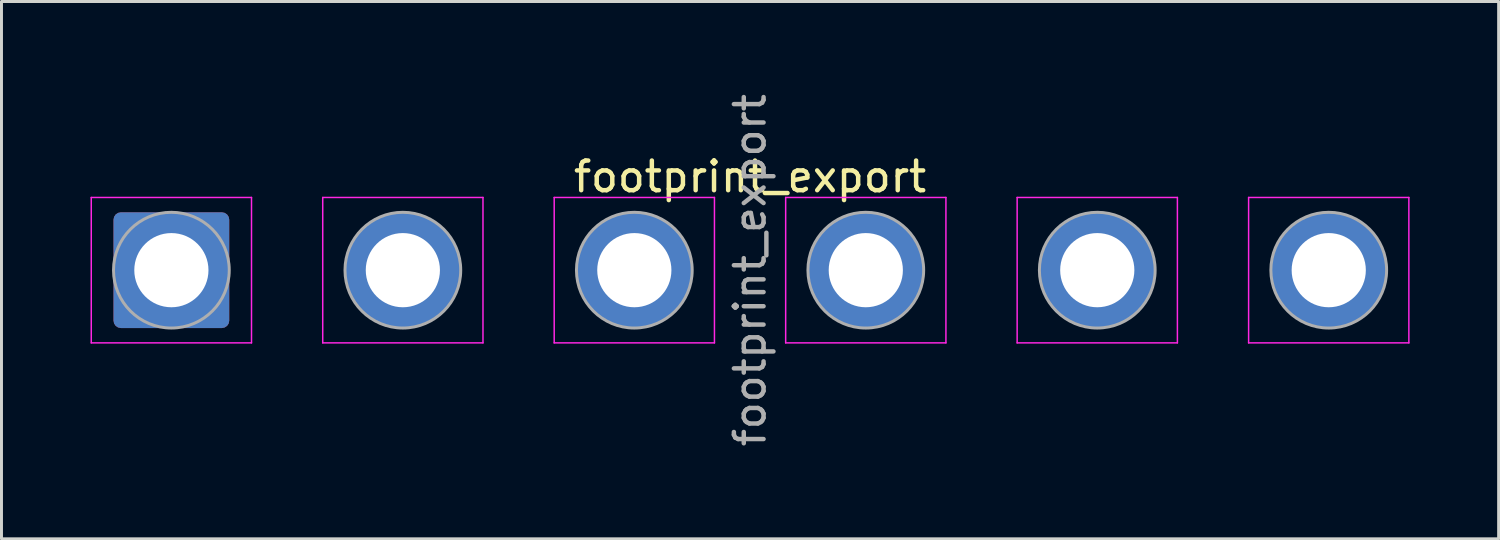
<source format=kicad_pcb>
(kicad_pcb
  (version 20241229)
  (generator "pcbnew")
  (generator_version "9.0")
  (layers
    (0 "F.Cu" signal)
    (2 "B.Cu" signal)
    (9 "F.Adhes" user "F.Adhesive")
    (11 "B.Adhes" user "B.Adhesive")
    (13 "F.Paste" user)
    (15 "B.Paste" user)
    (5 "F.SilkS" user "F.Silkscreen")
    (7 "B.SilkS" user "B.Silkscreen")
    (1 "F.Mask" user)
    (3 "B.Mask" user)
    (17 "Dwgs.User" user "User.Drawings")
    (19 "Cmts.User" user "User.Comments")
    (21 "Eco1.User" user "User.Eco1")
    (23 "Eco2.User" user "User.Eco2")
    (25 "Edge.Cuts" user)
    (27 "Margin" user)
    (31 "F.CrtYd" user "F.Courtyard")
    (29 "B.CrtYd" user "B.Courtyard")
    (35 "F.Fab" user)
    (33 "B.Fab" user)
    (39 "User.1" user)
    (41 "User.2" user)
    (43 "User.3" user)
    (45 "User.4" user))
  (footprint "footprint_export"
    (layer "F.Cu")
    (at 2.725 6.054)
    (property "Reference" "footprint_export" (at 19.5 -3.15 0) (layer "F.SilkS") (effects (font (size 1 1) (thickness 0.15))))
    (attr exclude_from_pos_files exclude_from_bom)
    (fp_line (start -2.7 -2.45) (end -2.7 2.45) (stroke (width 0.05) (type solid)) (layer "F.CrtYd"))
    (fp_line (start -2.7 2.45) (end 2.7 2.45) (stroke (width 0.05) (type solid)) (layer "F.CrtYd"))
    (fp_line (start 2.7 -2.45) (end -2.7 -2.45) (stroke (width 0.05) (type solid)) (layer "F.CrtYd"))
    (fp_line (start 2.7 2.45) (end 2.7 -2.45) (stroke (width 0.05) (type solid)) (layer "F.CrtYd"))
    (fp_line (start 5.1 -2.45) (end 5.1 2.45) (stroke (width 0.05) (type solid)) (layer "F.CrtYd"))
    (fp_line (start 5.1 2.45) (end 10.5 2.45) (stroke (width 0.05) (type solid)) (layer "F.CrtYd"))
    (fp_line (start 10.5 -2.45) (end 5.1 -2.45) (stroke (width 0.05) (type solid)) (layer "F.CrtYd"))
    (fp_line (start 10.5 2.45) (end 10.5 -2.45) (stroke (width 0.05) (type solid)) (layer "F.CrtYd"))
    (fp_line (start 12.9 -2.45) (end 12.9 2.45) (stroke (width 0.05) (type solid)) (layer "F.CrtYd"))
    (fp_line (start 12.9 2.45) (end 18.3 2.45) (stroke (width 0.05) (type solid)) (layer "F.CrtYd"))
    (fp_line (start 18.3 -2.45) (end 12.9 -2.45) (stroke (width 0.05) (type solid)) (layer "F.CrtYd"))
    (fp_line (start 18.3 2.45) (end 18.3 -2.45) (stroke (width 0.05) (type solid)) (layer "F.CrtYd"))
    (fp_line (start 20.7 -2.45) (end 20.7 2.45) (stroke (width 0.05) (type solid)) (layer "F.CrtYd"))
    (fp_line (start 20.7 2.45) (end 26.1 2.45) (stroke (width 0.05) (type solid)) (layer "F.CrtYd"))
    (fp_line (start 26.1 -2.45) (end 20.7 -2.45) (stroke (width 0.05) (type solid)) (layer "F.CrtYd"))
    (fp_line (start 26.1 2.45) (end 26.1 -2.45) (stroke (width 0.05) (type solid)) (layer "F.CrtYd"))
    (fp_line (start 28.5 -2.45) (end 28.5 2.45) (stroke (width 0.05) (type solid)) (layer "F.CrtYd"))
    (fp_line (start 28.5 2.45) (end 33.9 2.45) (stroke (width 0.05) (type solid)) (layer "F.CrtYd"))
    (fp_line (start 33.9 -2.45) (end 28.5 -2.45) (stroke (width 0.05) (type solid)) (layer "F.CrtYd"))
    (fp_line (start 33.9 2.45) (end 33.9 -2.45) (stroke (width 0.05) (type solid)) (layer "F.CrtYd"))
    (fp_line (start 36.3 -2.45) (end 36.3 2.45) (stroke (width 0.05) (type solid)) (layer "F.CrtYd"))
    (fp_line (start 36.3 2.45) (end 41.7 2.45) (stroke (width 0.05) (type solid)) (layer "F.CrtYd"))
    (fp_line (start 41.7 -2.45) (end 36.3 -2.45) (stroke (width 0.05) (type solid)) (layer "F.CrtYd"))
    (fp_line (start 41.7 2.45) (end 41.7 -2.45) (stroke (width 0.05) (type solid)) (layer "F.CrtYd"))
    (fp_circle (center 0 0) (end 1.95 0) (stroke (width 0.1) (type solid)) (fill no) (layer "F.Fab"))
    (fp_circle (center 7.8 0) (end 9.75 0) (stroke (width 0.1) (type solid)) (fill no) (layer "F.Fab"))
    (fp_circle (center 15.6 0) (end 17.55 0) (stroke (width 0.1) (type solid)) (fill no) (layer "F.Fab"))
    (fp_circle (center 23.4 0) (end 25.35 0) (stroke (width 0.1) (type solid)) (fill no) (layer "F.Fab"))
    (fp_circle (center 31.2 0) (end 33.15 0) (stroke (width 0.1) (type solid)) (fill no) (layer "F.Fab"))
    (fp_circle (center 39 0) (end 40.95 0) (stroke (width 0.1) (type solid)) (fill no) (layer "F.Fab"))
    (fp_text user "${REFERENCE}" (at 19.5 0 90) (layer "F.Fab") (effects (font (size 1 1) (thickness 0.15))))
    (pad "1" thru_hole roundrect (at 0 0) (size 3.9 3.9) (drill 2.5) (layers "*.Cu" "*.Mask") (roundrect_rratio 0.064))
    (pad "2" thru_hole circle (at 7.8 0) (size 3.9 3.9) (drill 2.5) (layers "*.Cu" "*.Mask"))
    (pad "3" thru_hole circle (at 15.6 0) (size 3.9 3.9) (drill 2.5) (layers "*.Cu" "*.Mask"))
    (pad "4" thru_hole circle (at 23.4 0) (size 3.9 3.9) (drill 2.5) (layers "*.Cu" "*.Mask"))
    (pad "5" thru_hole circle (at 31.2 0) (size 3.9 3.9) (drill 2.5) (layers "*.Cu" "*.Mask"))
    (pad "6" thru_hole circle (at 39 0) (size 3.9 3.9) (drill 2.5) (layers "*.Cu" "*.Mask")))
  (gr_rect
    (start -3 -3)
    (end 47.45 15.107)
    (stroke (width 0.1) (type default))
    (fill no)
    (layer "Edge.Cuts")))
</source>
